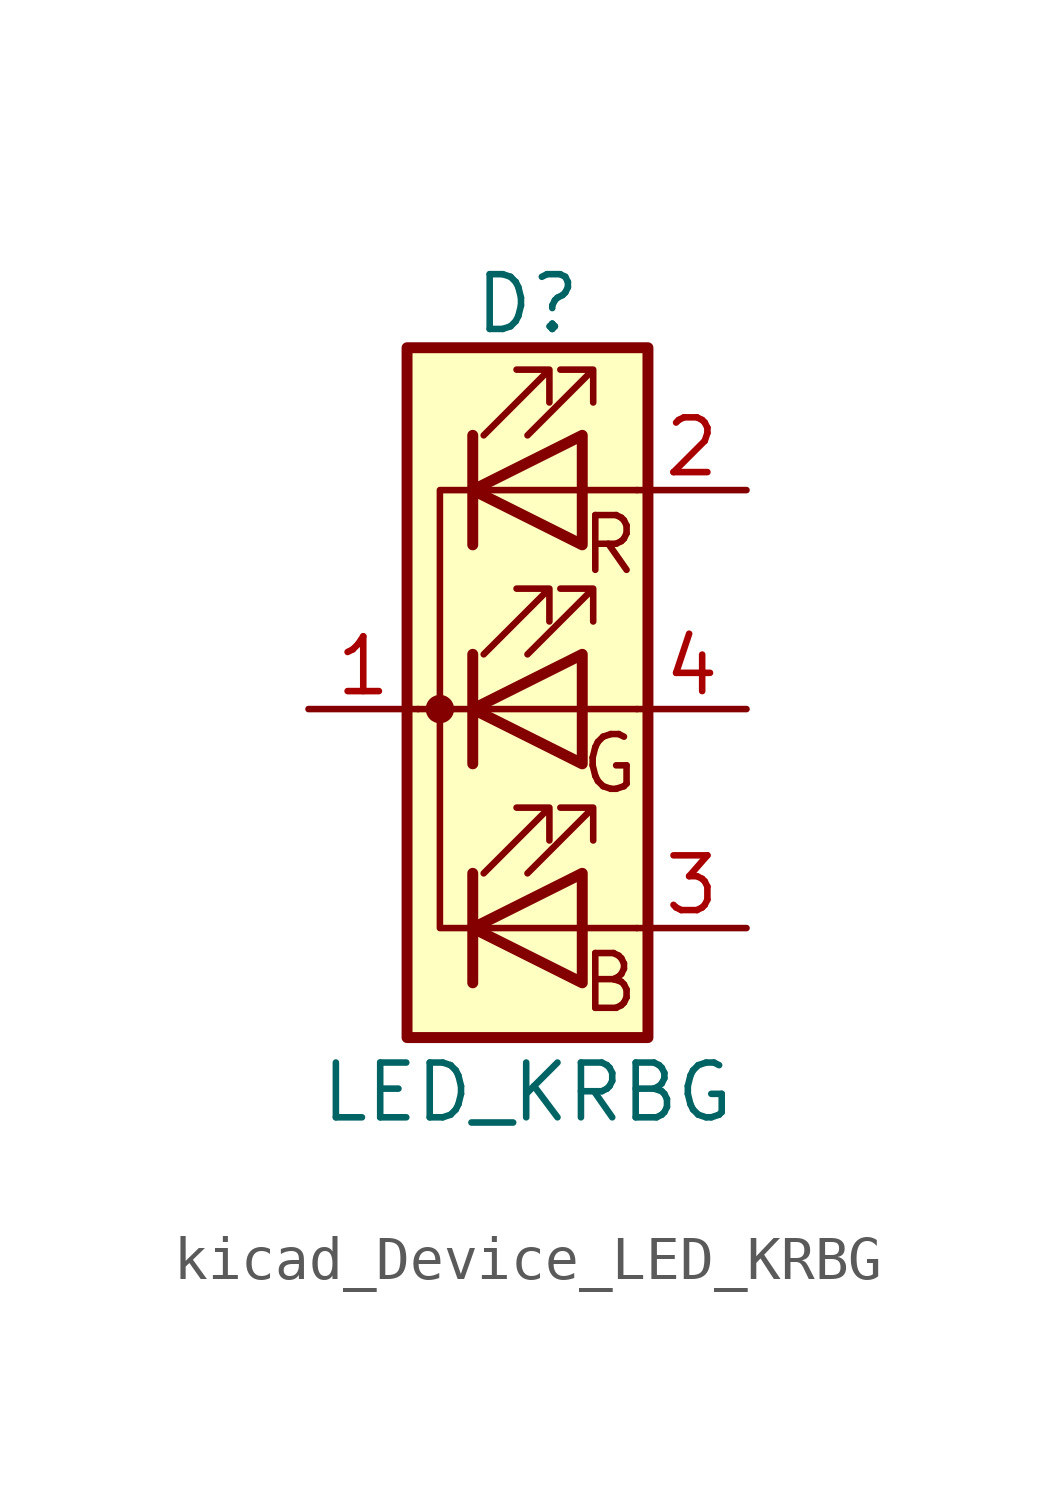
<source format=kicad_sym>
(kicad_symbol_lib
  (version 20220914)
  (generator kicad_symbol_editor)
  (symbol "kicad_Device_LED_KRBG"
    (pin_names
      (offset 0) hide)
    (property "Reference" "D"
      (at 0 9.398 0)
      (effects (font (size 1.27 1.27))))
    (property "Value" "LED_KRBG"
      (at 0 -8.89 0)
      (effects (font (size 1.27 1.27))))
    (symbol "kicad_Device_LED_KRBG_0_0"
      (text "B" (at 1.905 -6.35 0) (effects (font (size 1.27 1.27))))
      (text "G" (at 1.905 -1.27 0) (effects (font (size 1.27 1.27))))
      (text "R" (at 1.905 3.81 0) (effects (font (size 1.27 1.27)))))
    (symbol "kicad_Device_LED_KRBG_0_1"
      (circle (center -2.032 0) (radius 0.254) (stroke (width 0) (type default)) (fill (type outline)))
      (polyline (pts (xy -1.27 -5.08) (xy 1.27 -5.08)) (stroke (width 0) (type default)) (fill (type none)))
      (polyline (pts (xy -1.27 -3.81) (xy -1.27 -6.35)) (stroke (width 0.254) (type default)) (fill (type none)))
      (polyline (pts (xy -1.27 0) (xy -2.54 0)) (stroke (width 0) (type default)) (fill (type none)))
      (polyline (pts (xy -1.27 1.27) (xy -1.27 -1.27)) (stroke (width 0.254) (type default)) (fill (type none)))
      (polyline (pts (xy -1.27 5.08) (xy 1.27 5.08)) (stroke (width 0) (type default)) (fill (type none)))
      (polyline (pts (xy -1.27 6.35) (xy -1.27 3.81)) (stroke (width 0.254) (type default)) (fill (type none)))
      (polyline (pts (xy 1.27 -5.08) (xy 2.54 -5.08)) (stroke (width 0) (type default)) (fill (type none)))
      (polyline (pts (xy 1.27 0) (xy -1.27 0)) (stroke (width 0) (type default)) (fill (type none)))
      (polyline (pts (xy 1.27 0) (xy 2.54 0)) (stroke (width 0) (type default)) (fill (type none)))
      (polyline (pts (xy 1.27 5.08) (xy 2.54 5.08)) (stroke (width 0) (type default)) (fill (type none)))
      (polyline (pts (xy -1.27 1.27) (xy -1.27 -1.27) (xy -1.27 -1.27)) (stroke (width 0) (type default)) (fill (type none)))
      (polyline (pts (xy -1.27 6.35) (xy -1.27 3.81) (xy -1.27 3.81)) (stroke (width 0) (type default)) (fill (type none)))
      (polyline (pts (xy -1.27 5.08) (xy -2.032 5.08) (xy -2.032 -5.08) (xy -1.016 -5.08)) (stroke (width 0) (type default)) (fill (type none)))
      (polyline (pts (xy 1.27 -3.81) (xy 1.27 -6.35) (xy -1.27 -5.08) (xy 1.27 -3.81)) (stroke (width 0.254) (type default)) (fill (type none)))
      (polyline (pts (xy 1.27 1.27) (xy 1.27 -1.27) (xy -1.27 0) (xy 1.27 1.27)) (stroke (width 0.254) (type default)) (fill (type none)))
      (polyline (pts (xy 1.27 6.35) (xy 1.27 3.81) (xy -1.27 5.08) (xy 1.27 6.35)) (stroke (width 0.254) (type default)) (fill (type none)))
      (polyline (pts (xy -1.016 -3.81) (xy 0.508 -2.286) (xy -0.254 -2.286) (xy 0.508 -2.286) (xy 0.508 -3.048)) (stroke (width 0) (type default)) (fill (type none)))
      (polyline (pts (xy -1.016 1.27) (xy 0.508 2.794) (xy -0.254 2.794) (xy 0.508 2.794) (xy 0.508 2.032)) (stroke (width 0) (type default)) (fill (type none)))
      (polyline (pts (xy -1.016 6.35) (xy 0.508 7.874) (xy -0.254 7.874) (xy 0.508 7.874) (xy 0.508 7.112)) (stroke (width 0) (type default)) (fill (type none)))
      (polyline (pts (xy 0 -3.81) (xy 1.524 -2.286) (xy 0.762 -2.286) (xy 1.524 -2.286) (xy 1.524 -3.048)) (stroke (width 0) (type default)) (fill (type none)))
      (polyline (pts (xy 0 1.27) (xy 1.524 2.794) (xy 0.762 2.794) (xy 1.524 2.794) (xy 1.524 2.032)) (stroke (width 0) (type default)) (fill (type none)))
      (polyline (pts (xy 0 6.35) (xy 1.524 7.874) (xy 0.762 7.874) (xy 1.524 7.874) (xy 1.524 7.112)) (stroke (width 0) (type default)) (fill (type none)))
      (rectangle (start 1.27 -1.27) (end 1.27 1.27) (stroke (width 0) (type default)) (fill (type none)))
      (rectangle (start 1.27 1.27) (end 1.27 1.27) (stroke (width 0) (type default)) (fill (type none)))
      (rectangle (start 1.27 3.81) (end 1.27 6.35) (stroke (width 0) (type default)) (fill (type none)))
      (rectangle (start 1.27 6.35) (end 1.27 6.35) (stroke (width 0) (type default)) (fill (type none)))
      (rectangle (start 2.794 8.382) (end -2.794 -7.62) (stroke (width 0.254) (type default)) (fill (type background))))
    (symbol "kicad_Device_LED_KRBG_1_1"
      (pin passive line (at -5.08 0 0) (length 2.54) (name "K" (effects (font (size 1.27 1.27)))) (number "1" (effects (font (size 1.27 1.27)))))
      (pin passive line (at 5.08 5.08 180) (length 2.54) (name "RA" (effects (font (size 1.27 1.27)))) (number "2" (effects (font (size 1.27 1.27)))))
      (pin passive line (at 5.08 -5.08 180) (length 2.54) (name "BA" (effects (font (size 1.27 1.27)))) (number "3" (effects (font (size 1.27 1.27)))))
      (pin passive line (at 5.08 0 180) (length 2.54) (name "GA" (effects (font (size 1.27 1.27)))) (number "4" (effects (font (size 1.27 1.27))))))))
</source>
